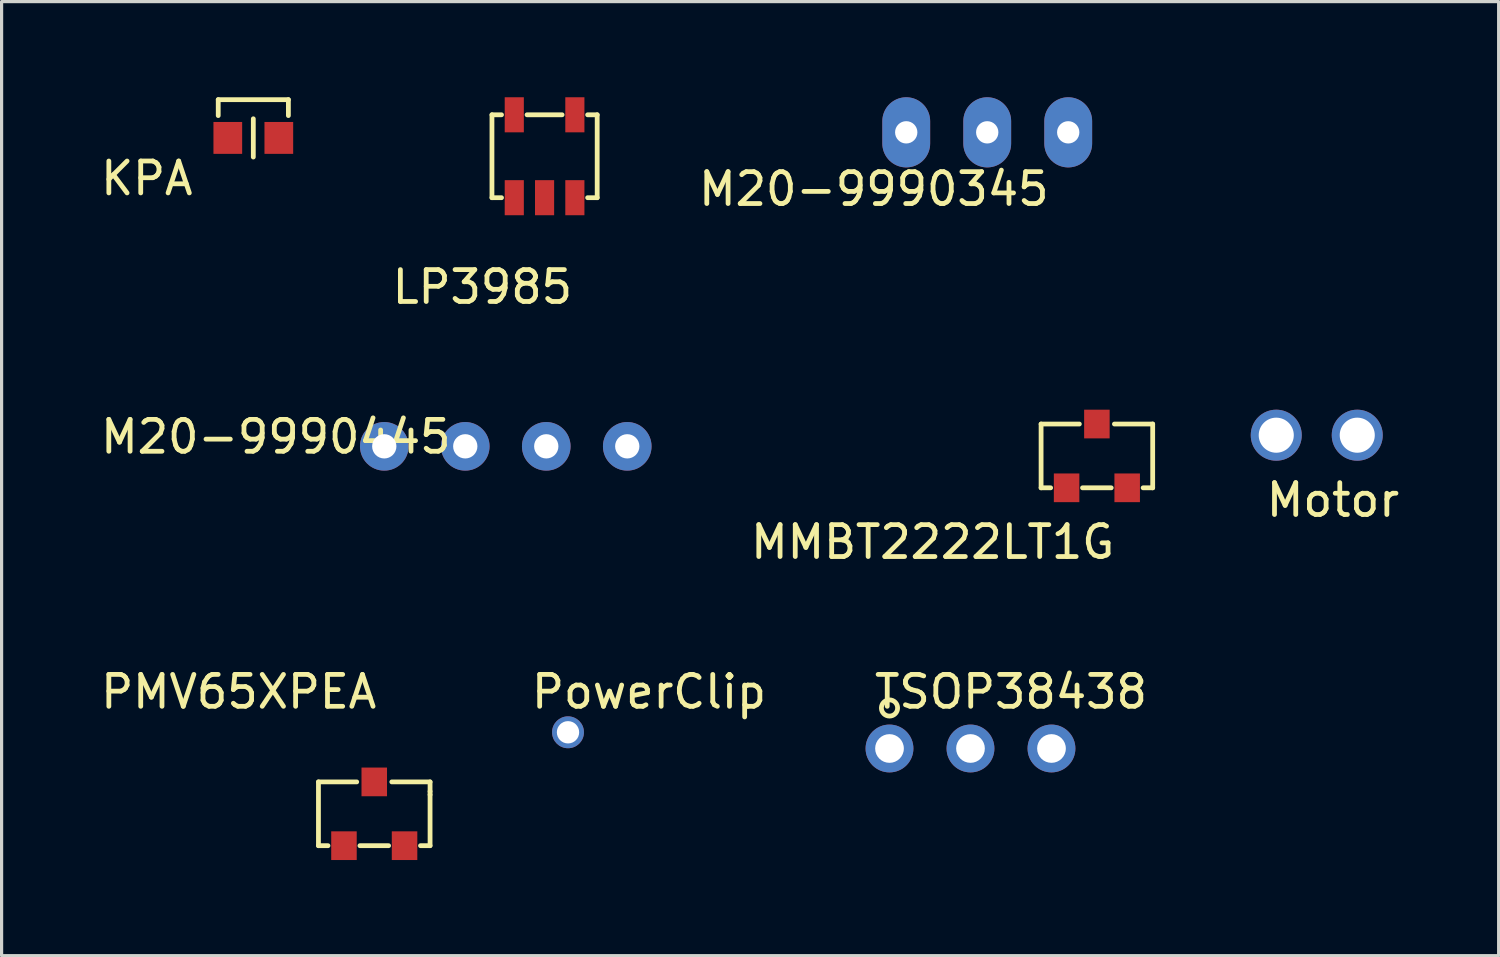
<source format=kicad_pcb>
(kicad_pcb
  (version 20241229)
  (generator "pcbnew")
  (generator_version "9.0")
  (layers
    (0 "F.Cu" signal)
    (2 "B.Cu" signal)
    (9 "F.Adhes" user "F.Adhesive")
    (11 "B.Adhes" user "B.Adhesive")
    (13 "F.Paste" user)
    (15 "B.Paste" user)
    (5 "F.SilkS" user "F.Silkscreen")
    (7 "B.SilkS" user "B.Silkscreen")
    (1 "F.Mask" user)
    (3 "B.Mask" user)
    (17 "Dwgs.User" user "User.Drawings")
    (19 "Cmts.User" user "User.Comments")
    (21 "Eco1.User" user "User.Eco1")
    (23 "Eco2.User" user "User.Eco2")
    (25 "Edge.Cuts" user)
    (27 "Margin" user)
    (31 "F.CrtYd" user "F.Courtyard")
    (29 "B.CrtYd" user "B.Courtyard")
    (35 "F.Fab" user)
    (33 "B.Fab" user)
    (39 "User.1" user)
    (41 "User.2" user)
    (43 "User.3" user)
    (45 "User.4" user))
  (footprint "M20-9990445"
    (layer "F.Cu")
    (at 9.001 10.947)
    (property "Reference" "M20-9990445" (at -3.4 -0.3 0) (layer "F.SilkS") (effects (font (size 1 1) (thickness 0.15))))
    (attr through_hole)
    (pad "1" thru_hole oval (at 0 0) (size 1.524 1.524) (drill 0.762) (layers "*.Cu" "*.Mask"))
    (pad "2" thru_hole circle (at 2.54 0) (size 1.524 1.524) (drill 0.762) (layers "*.Cu" "*.Mask"))
    (pad "3" thru_hole circle (at 5.08 0) (size 1.524 1.524) (drill 0.762) (layers "*.Cu" "*.Mask"))
    (pad "4" thru_hole circle (at 7.62 0) (size 1.524 1.524) (drill 0.762) (layers "*.Cu" "*.Mask")))
  (footprint "MMBT2222LT1G"
    (layer "F.Cu")
    (at 30.399 12.248)
    (property "Reference" "MMBT2222LT1G" (at -4.2 1.7 0) (layer "F.SilkS") (effects (font (size 1 1) (thickness 0.15))))
    (attr through_hole)
    (fp_line (start -0.8 -2) (end -0.8 0) (stroke (width 0.15) (type solid)) (layer "F.SilkS"))
    (fp_line (start -0.8 0) (end -0.5 0) (stroke (width 0.15) (type solid)) (layer "F.SilkS"))
    (fp_line (start 0.4 -2) (end -0.8 -2) (stroke (width 0.15) (type solid)) (layer "F.SilkS"))
    (fp_line (start 0.5 0) (end 1.4 0) (stroke (width 0.15) (type solid)) (layer "F.SilkS"))
    (fp_line (start 2.4 0) (end 2.7 0) (stroke (width 0.15) (type solid)) (layer "F.SilkS"))
    (fp_line (start 2.7 -2) (end 1.5 -2) (stroke (width 0.15) (type solid)) (layer "F.SilkS"))
    (fp_line (start 2.7 0) (end 2.7 -2) (stroke (width 0.15) (type solid)) (layer "F.SilkS"))
    (pad "1" smd rect (at 0 0) (size 0.8 0.9) (layers "F.Cu" "F.Mask" "F.Paste"))
    (pad "2" smd rect (at 1.9 0) (size 0.8 0.9) (layers "F.Cu" "F.Mask" "F.Paste"))
    (pad "3" smd rect (at 0.95 -2) (size 0.8 0.9) (layers "F.Cu" "F.Mask" "F.Paste")))
  (footprint "Motor"
    (layer "F.Cu")
    (at 36.974 10.598)
    (property "Reference" "Motor" (at 1.778 2.032 0) (layer "F.SilkS") (effects (font (size 1 1) (thickness 0.15))))
    (attr through_hole)
    (pad "1" thru_hole circle (at 0 0) (size 1.6 1.6) (drill 1.1) (layers "*.Cu" "*.Mask"))
    (pad "2" thru_hole circle (at 2.54 0) (size 1.6 1.6) (drill 1.1) (layers "*.Cu" "*.Mask")))
  (footprint "M20-9990345"
    (layer "F.Cu")
    (at 25.37 1.1)
    (property "Reference" "M20-9990345" (at -1.016 1.778 0) (layer "F.SilkS") (effects (font (size 1 1) (thickness 0.15))))
    (attr through_hole)
    (pad "1" thru_hole oval (at 0 0) (size 1.5 2.2) (drill 0.7) (layers "*.Cu" "*.Mask"))
    (pad "2" thru_hole oval (at 2.54 0) (size 1.5 2.2) (drill 0.7) (layers "*.Cu" "*.Mask"))
    (pad "3" thru_hole oval (at 5.08 0) (size 1.5 2.2) (drill 0.7) (layers "*.Cu" "*.Mask")))
  (footprint "PMV65XPEA"
    (layer "F.Cu")
    (at 7.737 23.471)
    (property "Reference" "PMV65XPEA" (at -3.302 -4.826 0) (layer "F.SilkS") (effects (font (size 1 1) (thickness 0.15))))
    (attr through_hole)
    (fp_line (start -0.8 -2) (end 0.4 -2) (stroke (width 0.15) (type solid)) (layer "F.SilkS"))
    (fp_line (start -0.8 0) (end -0.8 -2) (stroke (width 0.15) (type solid)) (layer "F.SilkS"))
    (fp_line (start -0.5 0) (end -0.8 0) (stroke (width 0.15) (type solid)) (layer "F.SilkS"))
    (fp_line (start 0.5 0) (end 1.4 0) (stroke (width 0.15) (type solid)) (layer "F.SilkS"))
    (fp_line (start 1.5 -2) (end 2.7 -2) (stroke (width 0.15) (type solid)) (layer "F.SilkS"))
    (fp_line (start 2.7 -2) (end 2.7 -1.7) (stroke (width 0.15) (type solid)) (layer "F.SilkS"))
    (fp_line (start 2.7 -1.7) (end 2.7 -1.6) (stroke (width 0.15) (type solid)) (layer "F.SilkS"))
    (fp_line (start 2.7 0) (end 2.4 0) (stroke (width 0.15) (type solid)) (layer "F.SilkS"))
    (fp_line (start 2.7 0) (end 2.7 -1.6) (stroke (width 0.15) (type solid)) (layer "F.SilkS"))
    (pad "1" smd rect (at 0 0) (size 0.8 0.9) (layers "F.Cu" "F.Mask" "F.Paste"))
    (pad "2" smd rect (at 1.9 0) (size 0.8 0.9) (layers "F.Cu" "F.Mask" "F.Paste"))
    (pad "3" smd rect (at 0.95 -2) (size 0.8 0.9) (layers "F.Cu" "F.Mask" "F.Paste")))
  (footprint "KPA"
    (layer "F.Cu")
    (at 4.094 1.275)
    (property "Reference" "KPA" (at -2.54 1.27 0) (layer "F.SilkS") (effects (font (size 1 1) (thickness 0.15))))
    (attr through_hole)
    (fp_line (start -0.3 -1.2) (end -0.3 -0.7) (stroke (width 0.15) (type solid)) (layer "F.SilkS"))
    (fp_line (start -0.3 -1.2) (end 1.9 -1.2) (stroke (width 0.15) (type solid)) (layer "F.SilkS"))
    (fp_line (start 0.8 -0.6) (end 0.8 0.6) (stroke (width 0.15) (type solid)) (layer "F.SilkS"))
    (fp_line (start 1.9 -1.2) (end 1.9 -0.7) (stroke (width 0.15) (type solid)) (layer "F.SilkS"))
    (pad "1" smd rect (at 0 0) (size 0.9 1) (layers "F.Cu" "F.Mask" "F.Paste"))
    (pad "2" smd rect (at 1.6 0) (size 0.9 1) (layers "F.Cu" "F.Mask" "F.Paste")))
  (footprint "TSOP38438"
    (layer "F.Cu")
    (at 24.845 20.423)
    (property "Reference" "TSOP38438" (at 3.81 -1.778 0) (layer "F.SilkS") (effects (font (size 1 1) (thickness 0.15))))
    (attr through_hole)
    (fp_circle (center 0 -1.27) (end 0.254 -1.27) (stroke (width 0.15) (type solid)) (fill no) (layer "F.SilkS"))
    (pad "1" thru_hole circle (at 0 0) (size 1.5 1.5) (drill 0.9) (layers "*.Cu" "*.Mask"))
    (pad "2" thru_hole circle (at 2.54 0) (size 1.5 1.5) (drill 0.9) (layers "*.Cu" "*.Mask"))
    (pad "3" thru_hole circle (at 5.08 0) (size 1.5 1.5) (drill 0.9) (layers "*.Cu" "*.Mask")))
  (footprint "PowerClip"
    (layer "F.Cu")
    (at 14.763 19.915)
    (property "Reference" "PowerClip" (at 2.54 -1.27 0) (layer "F.SilkS") (effects (font (size 1 1) (thickness 0.15))))
    (attr through_hole)
    (pad "1" thru_hole circle (at 0 0) (size 1 1) (drill 0.7) (layers "*.Cu" "*.Mask")))
  (footprint "LP3985"
    (layer "F.Cu")
    (at 13.078 3.15)
    (property "Reference" "LP3985" (at -1 2.8 0) (layer "F.SilkS") (effects (font (size 1 1) (thickness 0.15))))
    (attr through_hole)
    (fp_line (start -0.7 -2.6) (end -0.7 0) (stroke (width 0.15) (type solid)) (layer "F.SilkS"))
    (fp_line (start -0.7 -2.6) (end -0.4 -2.6) (stroke (width 0.15) (type solid)) (layer "F.SilkS"))
    (fp_line (start -0.7 0) (end -0.4 0) (stroke (width 0.15) (type solid)) (layer "F.SilkS"))
    (fp_line (start 1.5 -2.6) (end 0.4 -2.6) (stroke (width 0.15) (type solid)) (layer "F.SilkS"))
    (fp_line (start 2.3 -2.6) (end 2.6 -2.6) (stroke (width 0.15) (type solid)) (layer "F.SilkS"))
    (fp_line (start 2.3 0) (end 2.6 0) (stroke (width 0.15) (type solid)) (layer "F.SilkS"))
    (fp_line (start 2.6 0) (end 2.6 -2.6) (stroke (width 0.15) (type solid)) (layer "F.SilkS"))
    (pad "1" smd rect (at 0 0) (size 0.6 1.1) (layers "F.Cu" "F.Mask" "F.Paste"))
    (pad "2" smd rect (at 0.95 0) (size 0.6 1.1) (layers "F.Cu" "F.Mask" "F.Paste"))
    (pad "3" smd rect (at 1.9 0) (size 0.6 1.1) (layers "F.Cu" "F.Mask" "F.Paste"))
    (pad "4" smd rect (at 1.9 -2.6) (size 0.6 1.1) (layers "F.Cu" "F.Mask" "F.Paste"))
    (pad "5" smd rect (at 0 -2.6) (size 0.6 1.1) (layers "F.Cu" "F.Mask" "F.Paste")))
  (gr_rect
    (start -3 -3)
    (end 43.948 26.921)
    (stroke (width 0.1) (type default))
    (fill no)
    (layer "Edge.Cuts")))
</source>
